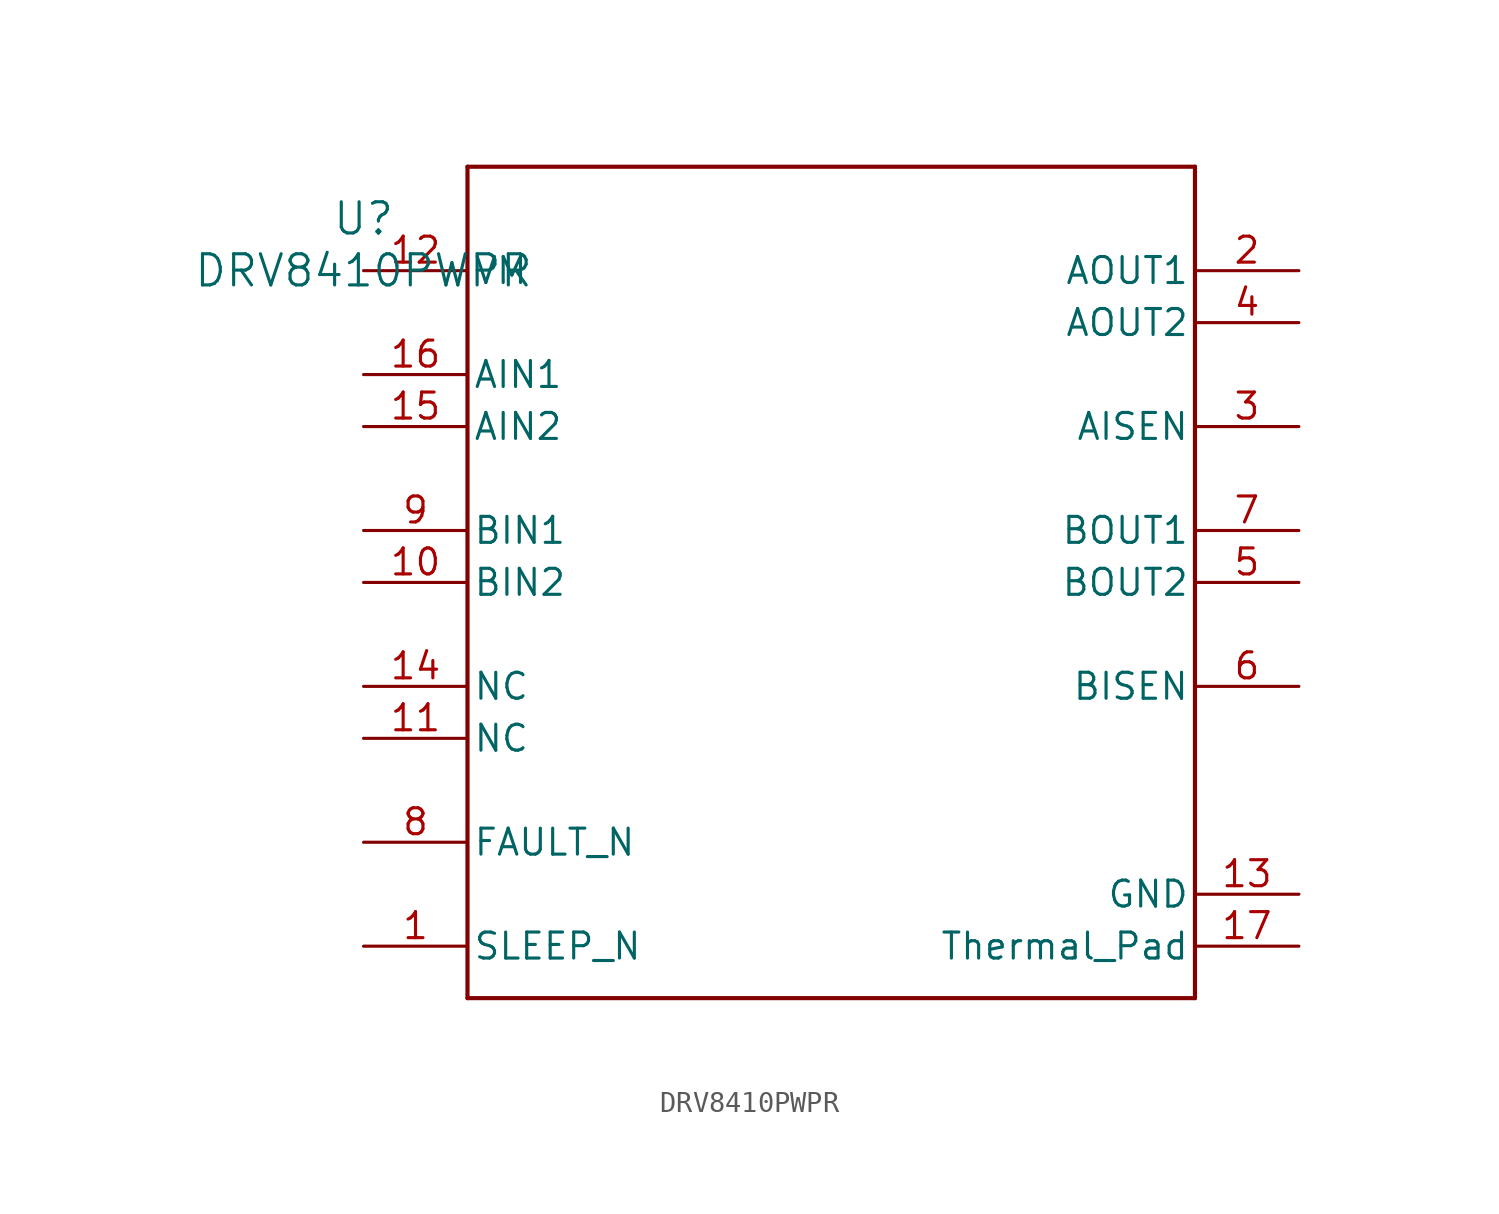
<source format=kicad_sym>
(kicad_symbol_lib
  (version 20211014)
  (generator kicad_symbol_editor)
  (symbol "DRV8410PWPR"
    (pin_names
      (offset 0.254))
    (property "Reference" "U"
      (at 0 2.54 0)
      (effects (font (size 1.524 1.524))))
    (property "Value" "DRV8410PWPR"
      (at 0 0 0)
      (effects (font (size 1.524 1.524))))
    (symbol "DRV8410PWPR_0_1"
      (polyline (pts (xy 5.08 -35.56) (xy 40.64 -35.56)) (stroke (width 0.203) (type default) (color 0 0 0 0)) (fill (type none)))
      (polyline (pts (xy 40.64 -35.56) (xy 40.64 5.08)) (stroke (width 0.203) (type default) (color 0 0 0 0)) (fill (type none)))
      (polyline (pts (xy 40.64 5.08) (xy 5.08 5.08)) (stroke (width 0.203) (type default) (color 0 0 0 0)) (fill (type none)))
      (polyline (pts (xy 5.08 5.08) (xy 5.08 -35.56)) (stroke (width 0.203) (type default) (color 0 0 0 0)) (fill (type none)))
      (pin input line (at 0 -33.02 0) (length 5.08) (name "SLEEP_N" (effects (font (size 1.27 1.27)))) (number "1" (effects (font (size 1.27 1.27)))))
      (pin unspecified line (at 45.72 0 180) (length 5.08) (name "AOUT1" (effects (font (size 1.27 1.27)))) (number "2" (effects (font (size 1.27 1.27)))))
      (pin unspecified line (at 45.72 -7.62 180) (length 5.08) (name "AISEN" (effects (font (size 1.27 1.27)))) (number "3" (effects (font (size 1.27 1.27)))))
      (pin unspecified line (at 45.72 -2.54 180) (length 5.08) (name "AOUT2" (effects (font (size 1.27 1.27)))) (number "4" (effects (font (size 1.27 1.27)))))
      (pin unspecified line (at 45.72 -15.24 180) (length 5.08) (name "BOUT2" (effects (font (size 1.27 1.27)))) (number "5" (effects (font (size 1.27 1.27)))))
      (pin unspecified line (at 45.72 -20.32 180) (length 5.08) (name "BISEN" (effects (font (size 1.27 1.27)))) (number "6" (effects (font (size 1.27 1.27)))))
      (pin unspecified line (at 45.72 -12.7 180) (length 5.08) (name "BOUT1" (effects (font (size 1.27 1.27)))) (number "7" (effects (font (size 1.27 1.27)))))
      (pin open_collector line (at 0 -27.94 0) (length 5.08) (name "FAULT_N" (effects (font (size 1.27 1.27)))) (number "8" (effects (font (size 1.27 1.27)))))
      (pin input line (at 0 -12.7 0) (length 5.08) (name "BIN1" (effects (font (size 1.27 1.27)))) (number "9" (effects (font (size 1.27 1.27)))))
      (pin input line (at 0 -15.24 0) (length 5.08) (name "BIN2" (effects (font (size 1.27 1.27)))) (number "10" (effects (font (size 1.27 1.27)))))
      (pin unspecified line (at 0 -22.86 0) (length 5.08) (name "NC" (effects (font (size 1.27 1.27)))) (number "11" (effects (font (size 1.27 1.27)))))
      (pin power_in line (at 0 0 0) (length 5.08) (name "VM" (effects (font (size 1.27 1.27)))) (number "12" (effects (font (size 1.27 1.27)))))
      (pin power_in line (at 45.72 -30.48 180) (length 5.08) (name "GND" (effects (font (size 1.27 1.27)))) (number "13" (effects (font (size 1.27 1.27)))))
      (pin unspecified line (at 0 -20.32 0) (length 5.08) (name "NC" (effects (font (size 1.27 1.27)))) (number "14" (effects (font (size 1.27 1.27)))))
      (pin input line (at 0 -7.62 0) (length 5.08) (name "AIN2" (effects (font (size 1.27 1.27)))) (number "15" (effects (font (size 1.27 1.27)))))
      (pin input line (at 0 -5.08 0) (length 5.08) (name "AIN1" (effects (font (size 1.27 1.27)))) (number "16" (effects (font (size 1.27 1.27)))))
      (pin power_in line (at 45.72 -33.02 180) (length 5.08) (name "Thermal_Pad" (effects (font (size 1.27 1.27)))) (number "17" (effects (font (size 1.27 1.27))))))))
</source>
